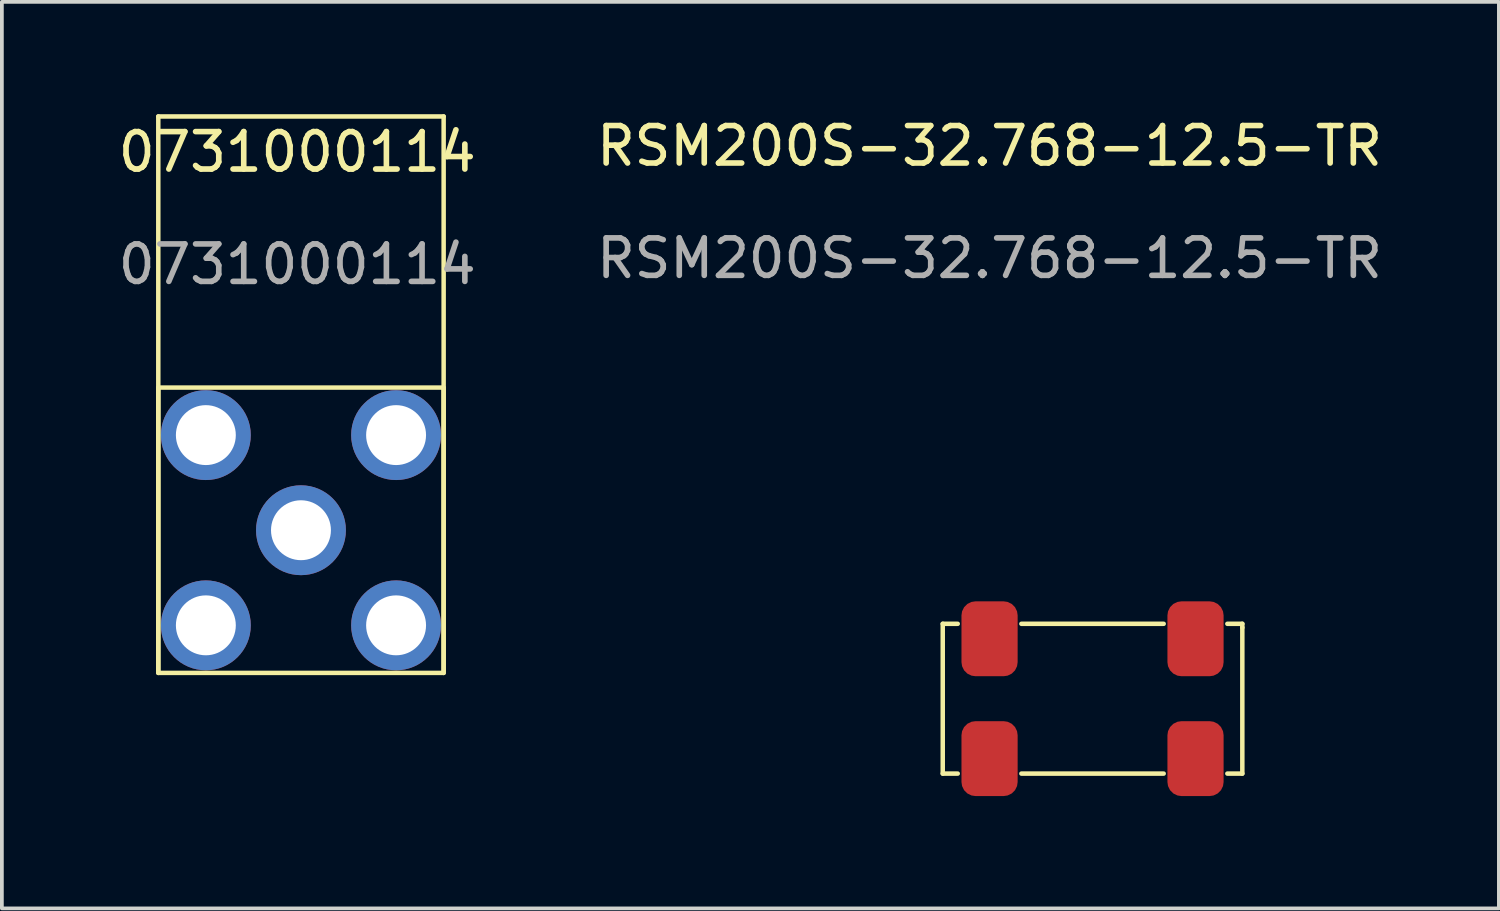
<source format=kicad_pcb>
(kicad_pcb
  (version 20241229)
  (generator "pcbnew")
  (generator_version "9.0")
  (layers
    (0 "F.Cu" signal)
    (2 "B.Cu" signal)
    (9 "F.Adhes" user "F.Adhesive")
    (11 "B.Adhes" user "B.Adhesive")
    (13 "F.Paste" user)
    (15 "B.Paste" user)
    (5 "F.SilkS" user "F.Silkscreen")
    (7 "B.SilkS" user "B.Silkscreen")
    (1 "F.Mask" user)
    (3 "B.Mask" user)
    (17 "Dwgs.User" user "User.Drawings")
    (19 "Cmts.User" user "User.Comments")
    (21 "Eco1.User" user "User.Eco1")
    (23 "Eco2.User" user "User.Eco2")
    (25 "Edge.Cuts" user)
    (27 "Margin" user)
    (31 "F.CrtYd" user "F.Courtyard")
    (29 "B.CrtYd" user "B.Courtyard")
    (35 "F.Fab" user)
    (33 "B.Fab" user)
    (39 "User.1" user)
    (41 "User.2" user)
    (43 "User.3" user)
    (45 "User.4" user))
  (footprint "0731000114"
    (layer "F.Cu")
    (at 4.987 11.109)
    (property "Reference" "0731000114" (at -0.1 -10.1 0) (unlocked yes) (layer "F.SilkS") (effects (font (size 1 1) (thickness 0.15))))
    (attr through_hole)
    (fp_line (start -3.81 3.81) (end -3.81 -11.049) (stroke (width 0.12) (type solid)) (layer "F.SilkS"))
    (fp_line (start 3.81 -11.049) (end -3.81 -11.049) (stroke (width 0.12) (type solid)) (layer "F.SilkS"))
    (fp_line (start 3.81 3.81) (end 3.81 -11.049) (stroke (width 0.12) (type solid)) (layer "F.SilkS"))
    (fp_rect (start -3.81 -3.81) (end 3.81 3.81) (stroke (width 0.12) (type solid)) (fill no) (layer "F.SilkS"))
    (fp_text user "${REFERENCE}" (at -0.1 -7.1 0) (unlocked yes) (layer "F.Fab") (effects (font (size 1 1) (thickness 0.15))))
    (pad "1" thru_hole circle (at 0 0) (size 2.4 2.4) (drill 1.6) (layers "*.Cu" "*.Mask"))
    (pad "2" thru_hole circle (at -2.54 -2.54) (size 2.4 2.4) (drill 1.6) (layers "*.Cu" "*.Mask"))
    (pad "2" thru_hole circle (at -2.54 2.54) (size 2.4 2.4) (drill 1.6) (layers "*.Cu" "*.Mask"))
    (pad "2" thru_hole circle (at 2.54 -2.54) (size 2.4 2.4) (drill 1.6) (layers "*.Cu" "*.Mask"))
    (pad "2" thru_hole circle (at 2.54 2.54) (size 2.4 2.4) (drill 1.6) (layers "*.Cu" "*.Mask")))
  (footprint "RSM200S-32.768-12.5-TR"
    (layer "F.Cu")
    (at 23.375 14.008)
    (property "Reference" "RSM200S-32.768-12.5-TR" (at 0 -13.16 0) (unlocked yes) (layer "F.SilkS") (effects (font (size 1 1) (thickness 0.15))))
    (attr smd)
    (fp_line (start -1.25 -0.4) (end -1.25 3.6) (stroke (width 0.12) (type solid)) (layer "F.SilkS"))
    (fp_line (start -1.25 -0.4) (end -0.85 -0.4) (stroke (width 0.12) (type solid)) (layer "F.SilkS"))
    (fp_line (start -1.25 3.6) (end -0.85 3.6) (stroke (width 0.12) (type solid)) (layer "F.SilkS"))
    (fp_line (start 0.85 -0.4) (end 4.65 -0.4) (stroke (width 0.12) (type solid)) (layer "F.SilkS"))
    (fp_line (start 0.85 3.6) (end 4.65 3.6) (stroke (width 0.12) (type solid)) (layer "F.SilkS"))
    (fp_line (start 6.35 -0.4) (end 6.75 -0.4) (stroke (width 0.12) (type solid)) (layer "F.SilkS"))
    (fp_line (start 6.35 3.6) (end 6.75 3.6) (stroke (width 0.12) (type solid)) (layer "F.SilkS"))
    (fp_line (start 6.75 -0.4) (end 6.75 -0.3) (stroke (width 0.12) (type solid)) (layer "F.SilkS"))
    (fp_line (start 6.75 3.6) (end 6.75 -0.3) (stroke (width 0.12) (type solid)) (layer "F.SilkS"))
    (fp_text user "${REFERENCE}" (at 0 -10.16 0) (unlocked yes) (layer "F.Fab") (effects (font (size 1 1) (thickness 0.15))))
    (pad "1" smd roundrect (at 0 3.2) (size 1.5 2) (layers "F.Cu" "F.Mask" "F.Paste") (roundrect_rratio 0.25))
    (pad "2" smd roundrect (at 5.5 3.2) (size 1.5 2) (layers "F.Cu" "F.Mask" "F.Paste") (roundrect_rratio 0.25))
    (pad "3" smd roundrect (at 5.5 0) (size 1.5 2) (layers "F.Cu" "F.Mask" "F.Paste") (roundrect_rratio 0.25))
    (pad "4" smd roundrect (at 0 0) (size 1.5 2) (layers "F.Cu" "F.Mask" "F.Paste") (roundrect_rratio 0.25)))
  (gr_rect
    (start -3 -3)
    (end 36.976 21.208)
    (stroke (width 0.1) (type default))
    (fill no)
    (layer "Edge.Cuts")))
</source>
